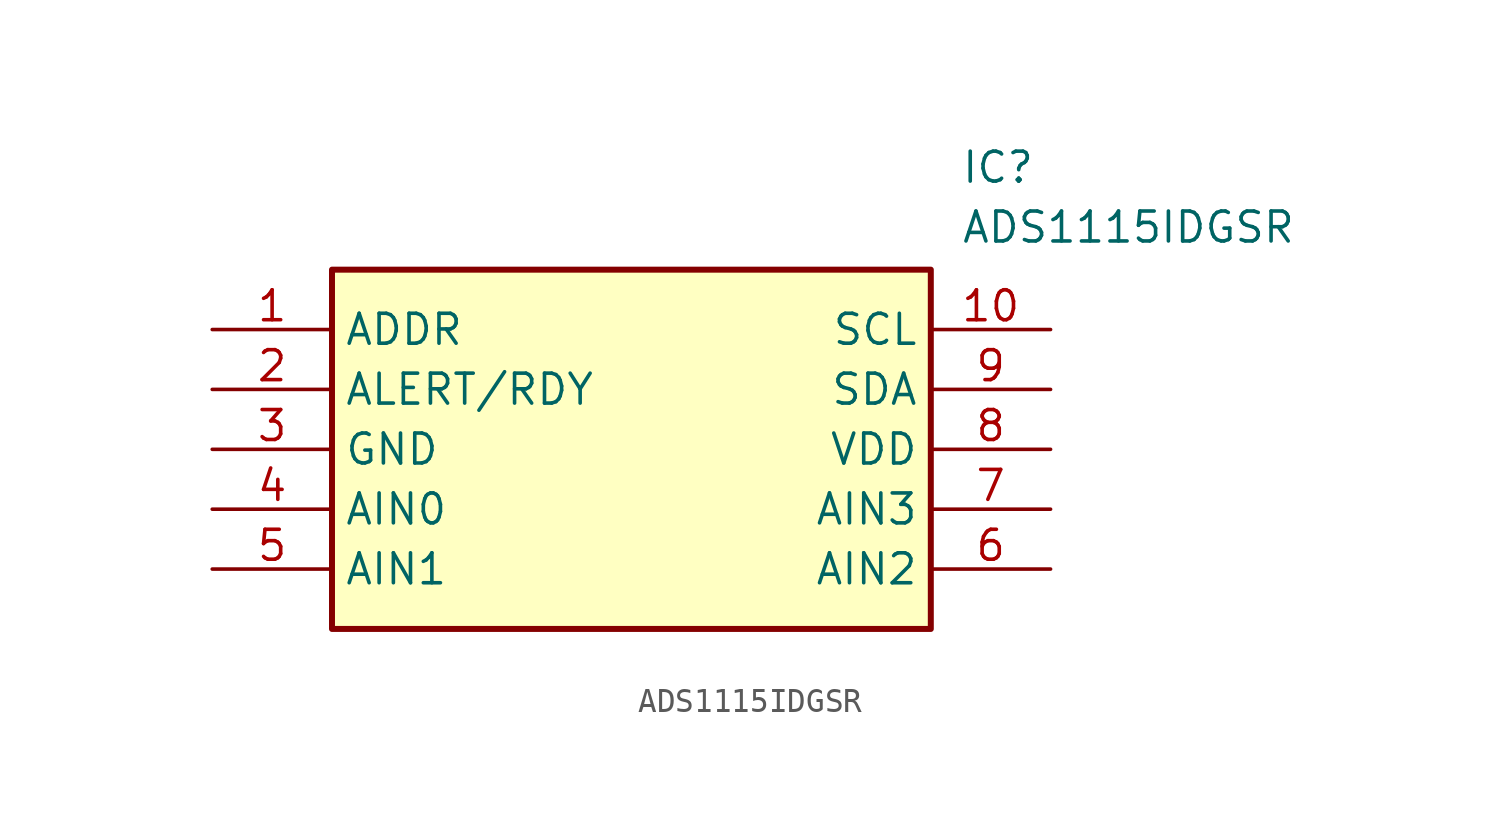
<source format=kicad_sym>
(kicad_symbol_lib
  (version 20231120)
  (generator "kicad_symbol_editor")
  (generator_version "8.0")
  (symbol "ADS1115IDGSR"
    (property "Reference" "IC"
      (at 31.75 7.62 0)
      (effects (font (size 1.27 1.27)) (justify left top)))
    (property "Value" "ADS1115IDGSR"
      (at 31.75 5.08 0)
      (effects (font (size 1.27 1.27)) (justify left top)))
    (symbol "ADS1115IDGSR_1_1"
      (rectangle (start 5.08 2.54) (end 30.48 -12.7) (stroke (width 0.254) (type default)) (fill (type background)))
      (pin passive line (at 0 0 0) (length 5.08) (name "ADDR" (effects (font (size 1.27 1.27)))) (number "1" (effects (font (size 1.27 1.27)))))
      (pin passive line (at 35.56 0 180) (length 5.08) (name "SCL" (effects (font (size 1.27 1.27)))) (number "10" (effects (font (size 1.27 1.27)))))
      (pin passive line (at 0 -2.54 0) (length 5.08) (name "ALERT/RDY" (effects (font (size 1.27 1.27)))) (number "2" (effects (font (size 1.27 1.27)))))
      (pin passive line (at 0 -5.08 0) (length 5.08) (name "GND" (effects (font (size 1.27 1.27)))) (number "3" (effects (font (size 1.27 1.27)))))
      (pin passive line (at 0 -7.62 0) (length 5.08) (name "AIN0" (effects (font (size 1.27 1.27)))) (number "4" (effects (font (size 1.27 1.27)))))
      (pin passive line (at 0 -10.16 0) (length 5.08) (name "AIN1" (effects (font (size 1.27 1.27)))) (number "5" (effects (font (size 1.27 1.27)))))
      (pin passive line (at 35.56 -10.16 180) (length 5.08) (name "AIN2" (effects (font (size 1.27 1.27)))) (number "6" (effects (font (size 1.27 1.27)))))
      (pin passive line (at 35.56 -7.62 180) (length 5.08) (name "AIN3" (effects (font (size 1.27 1.27)))) (number "7" (effects (font (size 1.27 1.27)))))
      (pin passive line (at 35.56 -5.08 180) (length 5.08) (name "VDD" (effects (font (size 1.27 1.27)))) (number "8" (effects (font (size 1.27 1.27)))))
      (pin passive line (at 35.56 -2.54 180) (length 5.08) (name "SDA" (effects (font (size 1.27 1.27)))) (number "9" (effects (font (size 1.27 1.27))))))))
</source>
